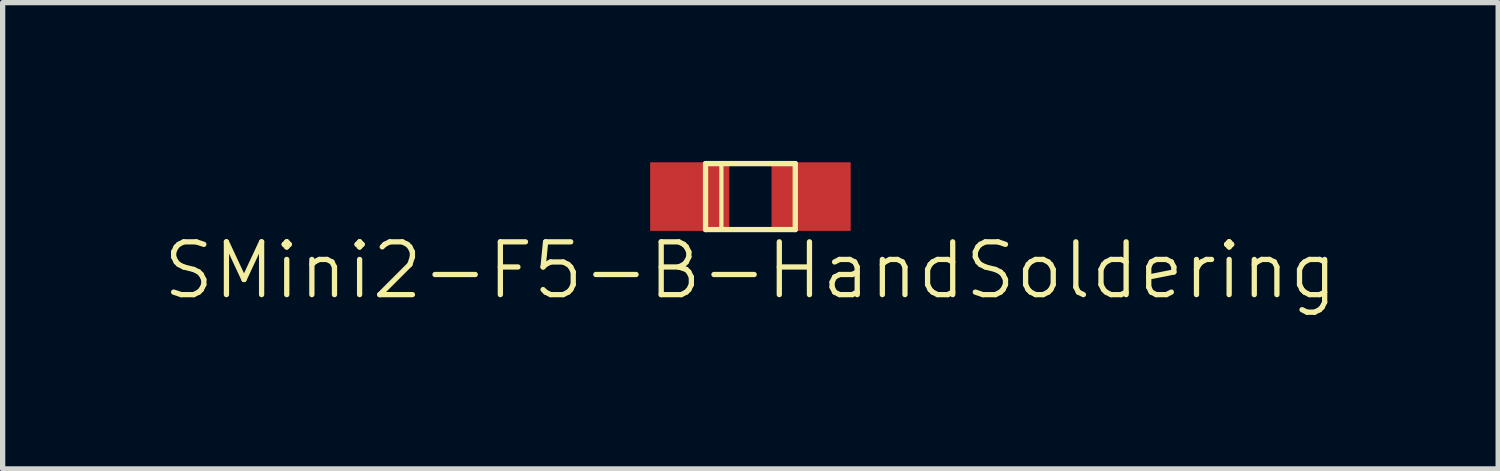
<source format=kicad_pcb>
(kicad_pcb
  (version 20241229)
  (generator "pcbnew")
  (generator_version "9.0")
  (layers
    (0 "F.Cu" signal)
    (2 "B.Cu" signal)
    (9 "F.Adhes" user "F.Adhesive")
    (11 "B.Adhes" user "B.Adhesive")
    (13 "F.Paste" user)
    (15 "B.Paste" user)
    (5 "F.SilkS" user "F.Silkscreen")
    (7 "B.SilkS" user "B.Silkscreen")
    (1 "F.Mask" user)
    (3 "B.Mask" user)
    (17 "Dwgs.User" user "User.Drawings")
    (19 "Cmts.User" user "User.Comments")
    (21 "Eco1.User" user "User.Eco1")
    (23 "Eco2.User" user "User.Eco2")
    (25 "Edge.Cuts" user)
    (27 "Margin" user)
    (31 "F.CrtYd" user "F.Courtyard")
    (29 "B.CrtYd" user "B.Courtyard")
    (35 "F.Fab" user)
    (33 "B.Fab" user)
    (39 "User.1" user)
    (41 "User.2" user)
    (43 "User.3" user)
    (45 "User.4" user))
  (footprint "SMini2-F5-B-HandSoldering"
    (layer "F.Cu")
    (at 11.169 0.675)
    (property "Reference" "SMini2-F5-B-HandSoldering" (at 0 1.4 0) (layer "F.SilkS") (effects (font (size 1 1) (thickness 0.1))))
    (attr through_hole)
    (fp_line (start -0.85 -0.625) (end 0.85 -0.625) (stroke (width 0.1) (type solid)) (layer "F.SilkS"))
    (fp_line (start -0.85 0.625) (end -0.85 -0.625) (stroke (width 0.1) (type solid)) (layer "F.SilkS"))
    (fp_line (start -0.55 -0.6) (end -0.55 0.6) (stroke (width 0.08) (type solid)) (layer "F.SilkS"))
    (fp_line (start 0.85 -0.625) (end 0.85 0.625) (stroke (width 0.1) (type solid)) (layer "F.SilkS"))
    (fp_line (start 0.85 0.625) (end -0.85 0.625) (stroke (width 0.1) (type solid)) (layer "F.SilkS"))
    (pad "1" smd rect (at -1.15 0) (size 1.5 1.3) (layers "F.Cu" "F.Mask" "F.Paste"))
    (pad "2" smd rect (at 1.15 0) (size 1.5 1.3) (layers "F.Cu" "F.Mask" "F.Paste")))
  (gr_rect
    (start -3 -3)
    (end 25.338 5.835)
    (stroke (width 0.1) (type default))
    (fill no)
    (layer "Edge.Cuts")))
</source>
